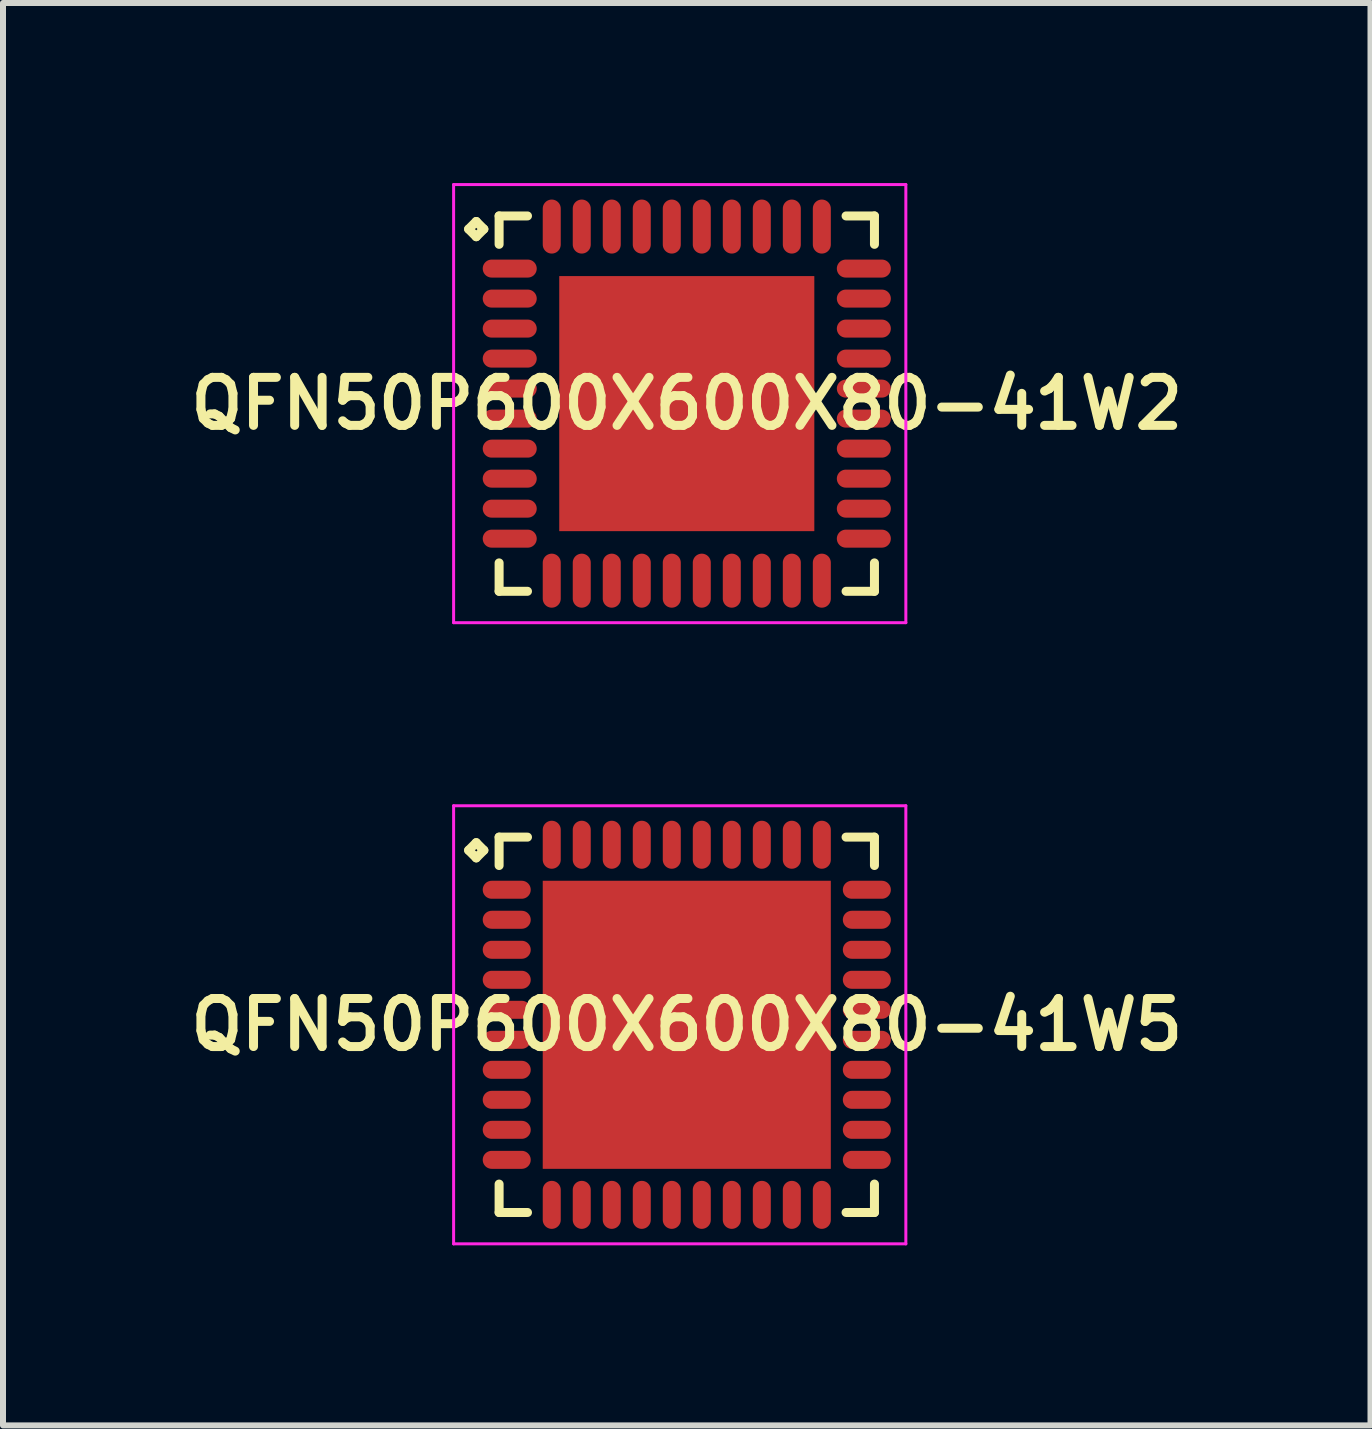
<source format=kicad_pcb>
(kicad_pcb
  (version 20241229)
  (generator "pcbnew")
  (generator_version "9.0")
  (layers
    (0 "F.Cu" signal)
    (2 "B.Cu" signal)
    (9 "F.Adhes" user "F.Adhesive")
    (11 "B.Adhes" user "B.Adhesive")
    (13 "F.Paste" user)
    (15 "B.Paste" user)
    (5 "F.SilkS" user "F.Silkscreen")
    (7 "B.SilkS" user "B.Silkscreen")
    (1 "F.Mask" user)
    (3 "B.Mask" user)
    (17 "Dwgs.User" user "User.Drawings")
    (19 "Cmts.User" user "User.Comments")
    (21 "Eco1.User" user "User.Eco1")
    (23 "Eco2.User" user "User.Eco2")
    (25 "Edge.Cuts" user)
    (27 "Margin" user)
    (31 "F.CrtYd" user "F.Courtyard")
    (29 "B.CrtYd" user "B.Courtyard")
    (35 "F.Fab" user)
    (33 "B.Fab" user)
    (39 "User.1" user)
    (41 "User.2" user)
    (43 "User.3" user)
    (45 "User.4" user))
  (footprint "QFN50P600X600X80-41W2"
    (layer "F.Cu")
    (at 8.393 3.675)
    (property "Reference" "QFN50P600X600X80-41W2" (at 0 0 0) (layer "F.SilkS") (effects (font (size 0.8 0.8) (thickness 0.15))))
    (attr smd)
    (fp_line (start -3.635 -2.908) (end -3.508 -3.035) (stroke (width 0.15) (type solid)) (layer "F.SilkS"))
    (fp_line (start -3.508 -3.035) (end -3.381 -2.908) (stroke (width 0.15) (type solid)) (layer "F.SilkS"))
    (fp_line (start -3.508 -2.781) (end -3.635 -2.908) (stroke (width 0.15) (type solid)) (layer "F.SilkS"))
    (fp_line (start -3.381 -2.908) (end -3.508 -2.781) (stroke (width 0.15) (type solid)) (layer "F.SilkS"))
    (fp_line (start -3.127 -3.127) (end -2.654 -3.127) (stroke (width 0.15) (type solid)) (layer "F.SilkS"))
    (fp_line (start -3.127 -2.654) (end -3.127 -3.127) (stroke (width 0.15) (type solid)) (layer "F.SilkS"))
    (fp_line (start -3.127 2.654) (end -3.127 3.127) (stroke (width 0.15) (type solid)) (layer "F.SilkS"))
    (fp_line (start -3.127 3.127) (end -2.654 3.127) (stroke (width 0.15) (type solid)) (layer "F.SilkS"))
    (fp_line (start 2.654 -3.127) (end 3.127 -3.127) (stroke (width 0.15) (type solid)) (layer "F.SilkS"))
    (fp_line (start 2.654 3.127) (end 3.127 3.127) (stroke (width 0.15) (type solid)) (layer "F.SilkS"))
    (fp_line (start 3.127 -3.127) (end 3.127 -2.654) (stroke (width 0.15) (type solid)) (layer "F.SilkS"))
    (fp_line (start 3.127 3.127) (end 3.127 2.654) (stroke (width 0.15) (type solid)) (layer "F.SilkS"))
    (fp_line (start -3.885 -3.65) (end 3.65 -3.65) (stroke (width 0.05) (type solid)) (layer "F.CrtYd"))
    (fp_line (start -3.885 3.65) (end -3.885 -3.65) (stroke (width 0.05) (type solid)) (layer "F.CrtYd"))
    (fp_line (start 3.65 -3.65) (end 3.65 3.65) (stroke (width 0.05) (type solid)) (layer "F.CrtYd"))
    (fp_line (start 3.65 3.65) (end -3.885 3.65) (stroke (width 0.05) (type solid)) (layer "F.CrtYd"))
    (pad "1" smd oval (at -2.95 -2.25) (size 0.9 0.3) (layers "F.Cu" "F.Mask" "F.Paste"))
    (pad "2" smd oval (at -2.95 -1.75) (size 0.9 0.3) (layers "F.Cu" "F.Mask" "F.Paste"))
    (pad "3" smd oval (at -2.95 -1.25) (size 0.9 0.3) (layers "F.Cu" "F.Mask" "F.Paste"))
    (pad "4" smd oval (at -2.95 -0.75) (size 0.9 0.3) (layers "F.Cu" "F.Mask" "F.Paste"))
    (pad "5" smd oval (at -2.95 -0.25) (size 0.9 0.3) (layers "F.Cu" "F.Mask" "F.Paste"))
    (pad "6" smd oval (at -2.95 0.25) (size 0.9 0.3) (layers "F.Cu" "F.Mask" "F.Paste"))
    (pad "7" smd oval (at -2.95 0.75) (size 0.9 0.3) (layers "F.Cu" "F.Mask" "F.Paste"))
    (pad "8" smd oval (at -2.95 1.25) (size 0.9 0.3) (layers "F.Cu" "F.Mask" "F.Paste"))
    (pad "9" smd oval (at -2.95 1.75) (size 0.9 0.3) (layers "F.Cu" "F.Mask" "F.Paste"))
    (pad "10" smd oval (at -2.95 2.25) (size 0.9 0.3) (layers "F.Cu" "F.Mask" "F.Paste"))
    (pad "11" smd oval (at -2.25 2.95) (size 0.3 0.9) (layers "F.Cu" "F.Mask" "F.Paste"))
    (pad "12" smd oval (at -1.75 2.95) (size 0.3 0.9) (layers "F.Cu" "F.Mask" "F.Paste"))
    (pad "13" smd oval (at -1.25 2.95) (size 0.3 0.9) (layers "F.Cu" "F.Mask" "F.Paste"))
    (pad "14" smd oval (at -0.75 2.95) (size 0.3 0.9) (layers "F.Cu" "F.Mask" "F.Paste"))
    (pad "15" smd oval (at -0.25 2.95) (size 0.3 0.9) (layers "F.Cu" "F.Mask" "F.Paste"))
    (pad "16" smd oval (at 0.25 2.95) (size 0.3 0.9) (layers "F.Cu" "F.Mask" "F.Paste"))
    (pad "17" smd oval (at 0.75 2.95) (size 0.3 0.9) (layers "F.Cu" "F.Mask" "F.Paste"))
    (pad "18" smd oval (at 1.25 2.95) (size 0.3 0.9) (layers "F.Cu" "F.Mask" "F.Paste"))
    (pad "19" smd oval (at 1.75 2.95) (size 0.3 0.9) (layers "F.Cu" "F.Mask" "F.Paste"))
    (pad "20" smd oval (at 2.25 2.95) (size 0.3 0.9) (layers "F.Cu" "F.Mask" "F.Paste"))
    (pad "21" smd oval (at 2.95 2.25) (size 0.9 0.3) (layers "F.Cu" "F.Mask" "F.Paste"))
    (pad "22" smd oval (at 2.95 1.75) (size 0.9 0.3) (layers "F.Cu" "F.Mask" "F.Paste"))
    (pad "23" smd oval (at 2.95 1.25) (size 0.9 0.3) (layers "F.Cu" "F.Mask" "F.Paste"))
    (pad "24" smd oval (at 2.95 0.75) (size 0.9 0.3) (layers "F.Cu" "F.Mask" "F.Paste"))
    (pad "25" smd oval (at 2.95 0.25) (size 0.9 0.3) (layers "F.Cu" "F.Mask" "F.Paste"))
    (pad "26" smd oval (at 2.95 -0.25) (size 0.9 0.3) (layers "F.Cu" "F.Mask" "F.Paste"))
    (pad "27" smd oval (at 2.95 -0.75) (size 0.9 0.3) (layers "F.Cu" "F.Mask" "F.Paste"))
    (pad "28" smd oval (at 2.95 -1.25) (size 0.9 0.3) (layers "F.Cu" "F.Mask" "F.Paste"))
    (pad "29" smd oval (at 2.95 -1.75) (size 0.9 0.3) (layers "F.Cu" "F.Mask" "F.Paste"))
    (pad "30" smd oval (at 2.95 -2.25) (size 0.9 0.3) (layers "F.Cu" "F.Mask" "F.Paste"))
    (pad "31" smd oval (at 2.25 -2.95) (size 0.3 0.9) (layers "F.Cu" "F.Mask" "F.Paste"))
    (pad "32" smd oval (at 1.75 -2.95) (size 0.3 0.9) (layers "F.Cu" "F.Mask" "F.Paste"))
    (pad "33" smd oval (at 1.25 -2.95) (size 0.3 0.9) (layers "F.Cu" "F.Mask" "F.Paste"))
    (pad "34" smd oval (at 0.75 -2.95) (size 0.3 0.9) (layers "F.Cu" "F.Mask" "F.Paste"))
    (pad "35" smd oval (at 0.25 -2.95) (size 0.3 0.9) (layers "F.Cu" "F.Mask" "F.Paste"))
    (pad "36" smd oval (at -0.25 -2.95) (size 0.3 0.9) (layers "F.Cu" "F.Mask" "F.Paste"))
    (pad "37" smd oval (at -0.75 -2.95) (size 0.3 0.9) (layers "F.Cu" "F.Mask" "F.Paste"))
    (pad "38" smd oval (at -1.25 -2.95) (size 0.3 0.9) (layers "F.Cu" "F.Mask" "F.Paste"))
    (pad "39" smd oval (at -1.75 -2.95) (size 0.3 0.9) (layers "F.Cu" "F.Mask" "F.Paste"))
    (pad "40" smd oval (at -2.25 -2.95) (size 0.3 0.9) (layers "F.Cu" "F.Mask" "F.Paste"))
    (pad "41" smd rect (at 0 0) (size 4.25 4.25) (layers "F.Cu" "F.Mask" "F.Paste")))
  (footprint "QFN50P600X600X80-41W5"
    (layer "F.Cu")
    (at 8.393 14.025)
    (property "Reference" "QFN50P600X600X80-41W5" (at 0 0 0) (layer "F.SilkS") (effects (font (size 0.8 0.8) (thickness 0.15))))
    (attr smd)
    (fp_line (start -3.635 -2.908) (end -3.508 -3.035) (stroke (width 0.15) (type solid)) (layer "F.SilkS"))
    (fp_line (start -3.508 -3.035) (end -3.381 -2.908) (stroke (width 0.15) (type solid)) (layer "F.SilkS"))
    (fp_line (start -3.508 -2.781) (end -3.635 -2.908) (stroke (width 0.15) (type solid)) (layer "F.SilkS"))
    (fp_line (start -3.381 -2.908) (end -3.508 -2.781) (stroke (width 0.15) (type solid)) (layer "F.SilkS"))
    (fp_line (start -3.127 -3.127) (end -2.654 -3.127) (stroke (width 0.15) (type solid)) (layer "F.SilkS"))
    (fp_line (start -3.127 -2.654) (end -3.127 -3.127) (stroke (width 0.15) (type solid)) (layer "F.SilkS"))
    (fp_line (start -3.127 2.654) (end -3.127 3.127) (stroke (width 0.15) (type solid)) (layer "F.SilkS"))
    (fp_line (start -3.127 3.127) (end -2.654 3.127) (stroke (width 0.15) (type solid)) (layer "F.SilkS"))
    (fp_line (start 2.654 -3.127) (end 3.127 -3.127) (stroke (width 0.15) (type solid)) (layer "F.SilkS"))
    (fp_line (start 2.654 3.127) (end 3.127 3.127) (stroke (width 0.15) (type solid)) (layer "F.SilkS"))
    (fp_line (start 3.127 -3.127) (end 3.127 -2.654) (stroke (width 0.15) (type solid)) (layer "F.SilkS"))
    (fp_line (start 3.127 3.127) (end 3.127 2.654) (stroke (width 0.15) (type solid)) (layer "F.SilkS"))
    (fp_line (start -3.885 -3.65) (end 3.65 -3.65) (stroke (width 0.05) (type solid)) (layer "F.CrtYd"))
    (fp_line (start -3.885 3.65) (end -3.885 -3.65) (stroke (width 0.05) (type solid)) (layer "F.CrtYd"))
    (fp_line (start 3.65 -3.65) (end 3.65 3.65) (stroke (width 0.05) (type solid)) (layer "F.CrtYd"))
    (fp_line (start 3.65 3.65) (end -3.885 3.65) (stroke (width 0.05) (type solid)) (layer "F.CrtYd"))
    (pad "1" smd oval (at -3 -2.25) (size 0.8 0.3) (layers "F.Cu" "F.Mask" "F.Paste"))
    (pad "2" smd oval (at -3 -1.75) (size 0.8 0.3) (layers "F.Cu" "F.Mask" "F.Paste"))
    (pad "3" smd oval (at -3 -1.25) (size 0.8 0.3) (layers "F.Cu" "F.Mask" "F.Paste"))
    (pad "4" smd oval (at -3 -0.75) (size 0.8 0.3) (layers "F.Cu" "F.Mask" "F.Paste"))
    (pad "5" smd oval (at -3 -0.25) (size 0.8 0.3) (layers "F.Cu" "F.Mask" "F.Paste"))
    (pad "6" smd oval (at -3 0.25) (size 0.8 0.3) (layers "F.Cu" "F.Mask" "F.Paste"))
    (pad "7" smd oval (at -3 0.75) (size 0.8 0.3) (layers "F.Cu" "F.Mask" "F.Paste"))
    (pad "8" smd oval (at -3 1.25) (size 0.8 0.3) (layers "F.Cu" "F.Mask" "F.Paste"))
    (pad "9" smd oval (at -3 1.75) (size 0.8 0.3) (layers "F.Cu" "F.Mask" "F.Paste"))
    (pad "10" smd oval (at -3 2.25) (size 0.8 0.3) (layers "F.Cu" "F.Mask" "F.Paste"))
    (pad "11" smd oval (at -2.25 3) (size 0.3 0.8) (layers "F.Cu" "F.Mask" "F.Paste"))
    (pad "12" smd oval (at -1.75 3) (size 0.3 0.8) (layers "F.Cu" "F.Mask" "F.Paste"))
    (pad "13" smd oval (at -1.25 3) (size 0.3 0.8) (layers "F.Cu" "F.Mask" "F.Paste"))
    (pad "14" smd oval (at -0.75 3) (size 0.3 0.8) (layers "F.Cu" "F.Mask" "F.Paste"))
    (pad "15" smd oval (at -0.25 3) (size 0.3 0.8) (layers "F.Cu" "F.Mask" "F.Paste"))
    (pad "16" smd oval (at 0.25 3) (size 0.3 0.8) (layers "F.Cu" "F.Mask" "F.Paste"))
    (pad "17" smd oval (at 0.75 3) (size 0.3 0.8) (layers "F.Cu" "F.Mask" "F.Paste"))
    (pad "18" smd oval (at 1.25 3) (size 0.3 0.8) (layers "F.Cu" "F.Mask" "F.Paste"))
    (pad "19" smd oval (at 1.75 3) (size 0.3 0.8) (layers "F.Cu" "F.Mask" "F.Paste"))
    (pad "20" smd oval (at 2.25 3) (size 0.3 0.8) (layers "F.Cu" "F.Mask" "F.Paste"))
    (pad "21" smd oval (at 3 2.25) (size 0.8 0.3) (layers "F.Cu" "F.Mask" "F.Paste"))
    (pad "22" smd oval (at 3 1.75) (size 0.8 0.3) (layers "F.Cu" "F.Mask" "F.Paste"))
    (pad "23" smd oval (at 3 1.25) (size 0.8 0.3) (layers "F.Cu" "F.Mask" "F.Paste"))
    (pad "24" smd oval (at 3 0.75) (size 0.8 0.3) (layers "F.Cu" "F.Mask" "F.Paste"))
    (pad "25" smd oval (at 3 0.25) (size 0.8 0.3) (layers "F.Cu" "F.Mask" "F.Paste"))
    (pad "26" smd oval (at 3 -0.25) (size 0.8 0.3) (layers "F.Cu" "F.Mask" "F.Paste"))
    (pad "27" smd oval (at 3 -0.75) (size 0.8 0.3) (layers "F.Cu" "F.Mask" "F.Paste"))
    (pad "28" smd oval (at 3 -1.25) (size 0.8 0.3) (layers "F.Cu" "F.Mask" "F.Paste"))
    (pad "29" smd oval (at 3 -1.75) (size 0.8 0.3) (layers "F.Cu" "F.Mask" "F.Paste"))
    (pad "30" smd oval (at 3 -2.25) (size 0.8 0.3) (layers "F.Cu" "F.Mask" "F.Paste"))
    (pad "31" smd oval (at 2.25 -3) (size 0.3 0.8) (layers "F.Cu" "F.Mask" "F.Paste"))
    (pad "32" smd oval (at 1.75 -3) (size 0.3 0.8) (layers "F.Cu" "F.Mask" "F.Paste"))
    (pad "33" smd oval (at 1.25 -3) (size 0.3 0.8) (layers "F.Cu" "F.Mask" "F.Paste"))
    (pad "34" smd oval (at 0.75 -3) (size 0.3 0.8) (layers "F.Cu" "F.Mask" "F.Paste"))
    (pad "35" smd oval (at 0.25 -3) (size 0.3 0.8) (layers "F.Cu" "F.Mask" "F.Paste"))
    (pad "36" smd oval (at -0.25 -3) (size 0.3 0.8) (layers "F.Cu" "F.Mask" "F.Paste"))
    (pad "37" smd oval (at -0.75 -3) (size 0.3 0.8) (layers "F.Cu" "F.Mask" "F.Paste"))
    (pad "38" smd oval (at -1.25 -3) (size 0.3 0.8) (layers "F.Cu" "F.Mask" "F.Paste"))
    (pad "39" smd oval (at -1.75 -3) (size 0.3 0.8) (layers "F.Cu" "F.Mask" "F.Paste"))
    (pad "40" smd oval (at -2.25 -3) (size 0.3 0.8) (layers "F.Cu" "F.Mask" "F.Paste"))
    (pad "41" smd rect (at 0 0) (size 4.8 4.8) (layers "F.Cu" "F.Mask" "F.Paste")))
  (gr_rect
    (start -3 -3)
    (end 19.785 20.7)
    (stroke (width 0.1) (type default))
    (fill no)
    (layer "Edge.Cuts")))
</source>
